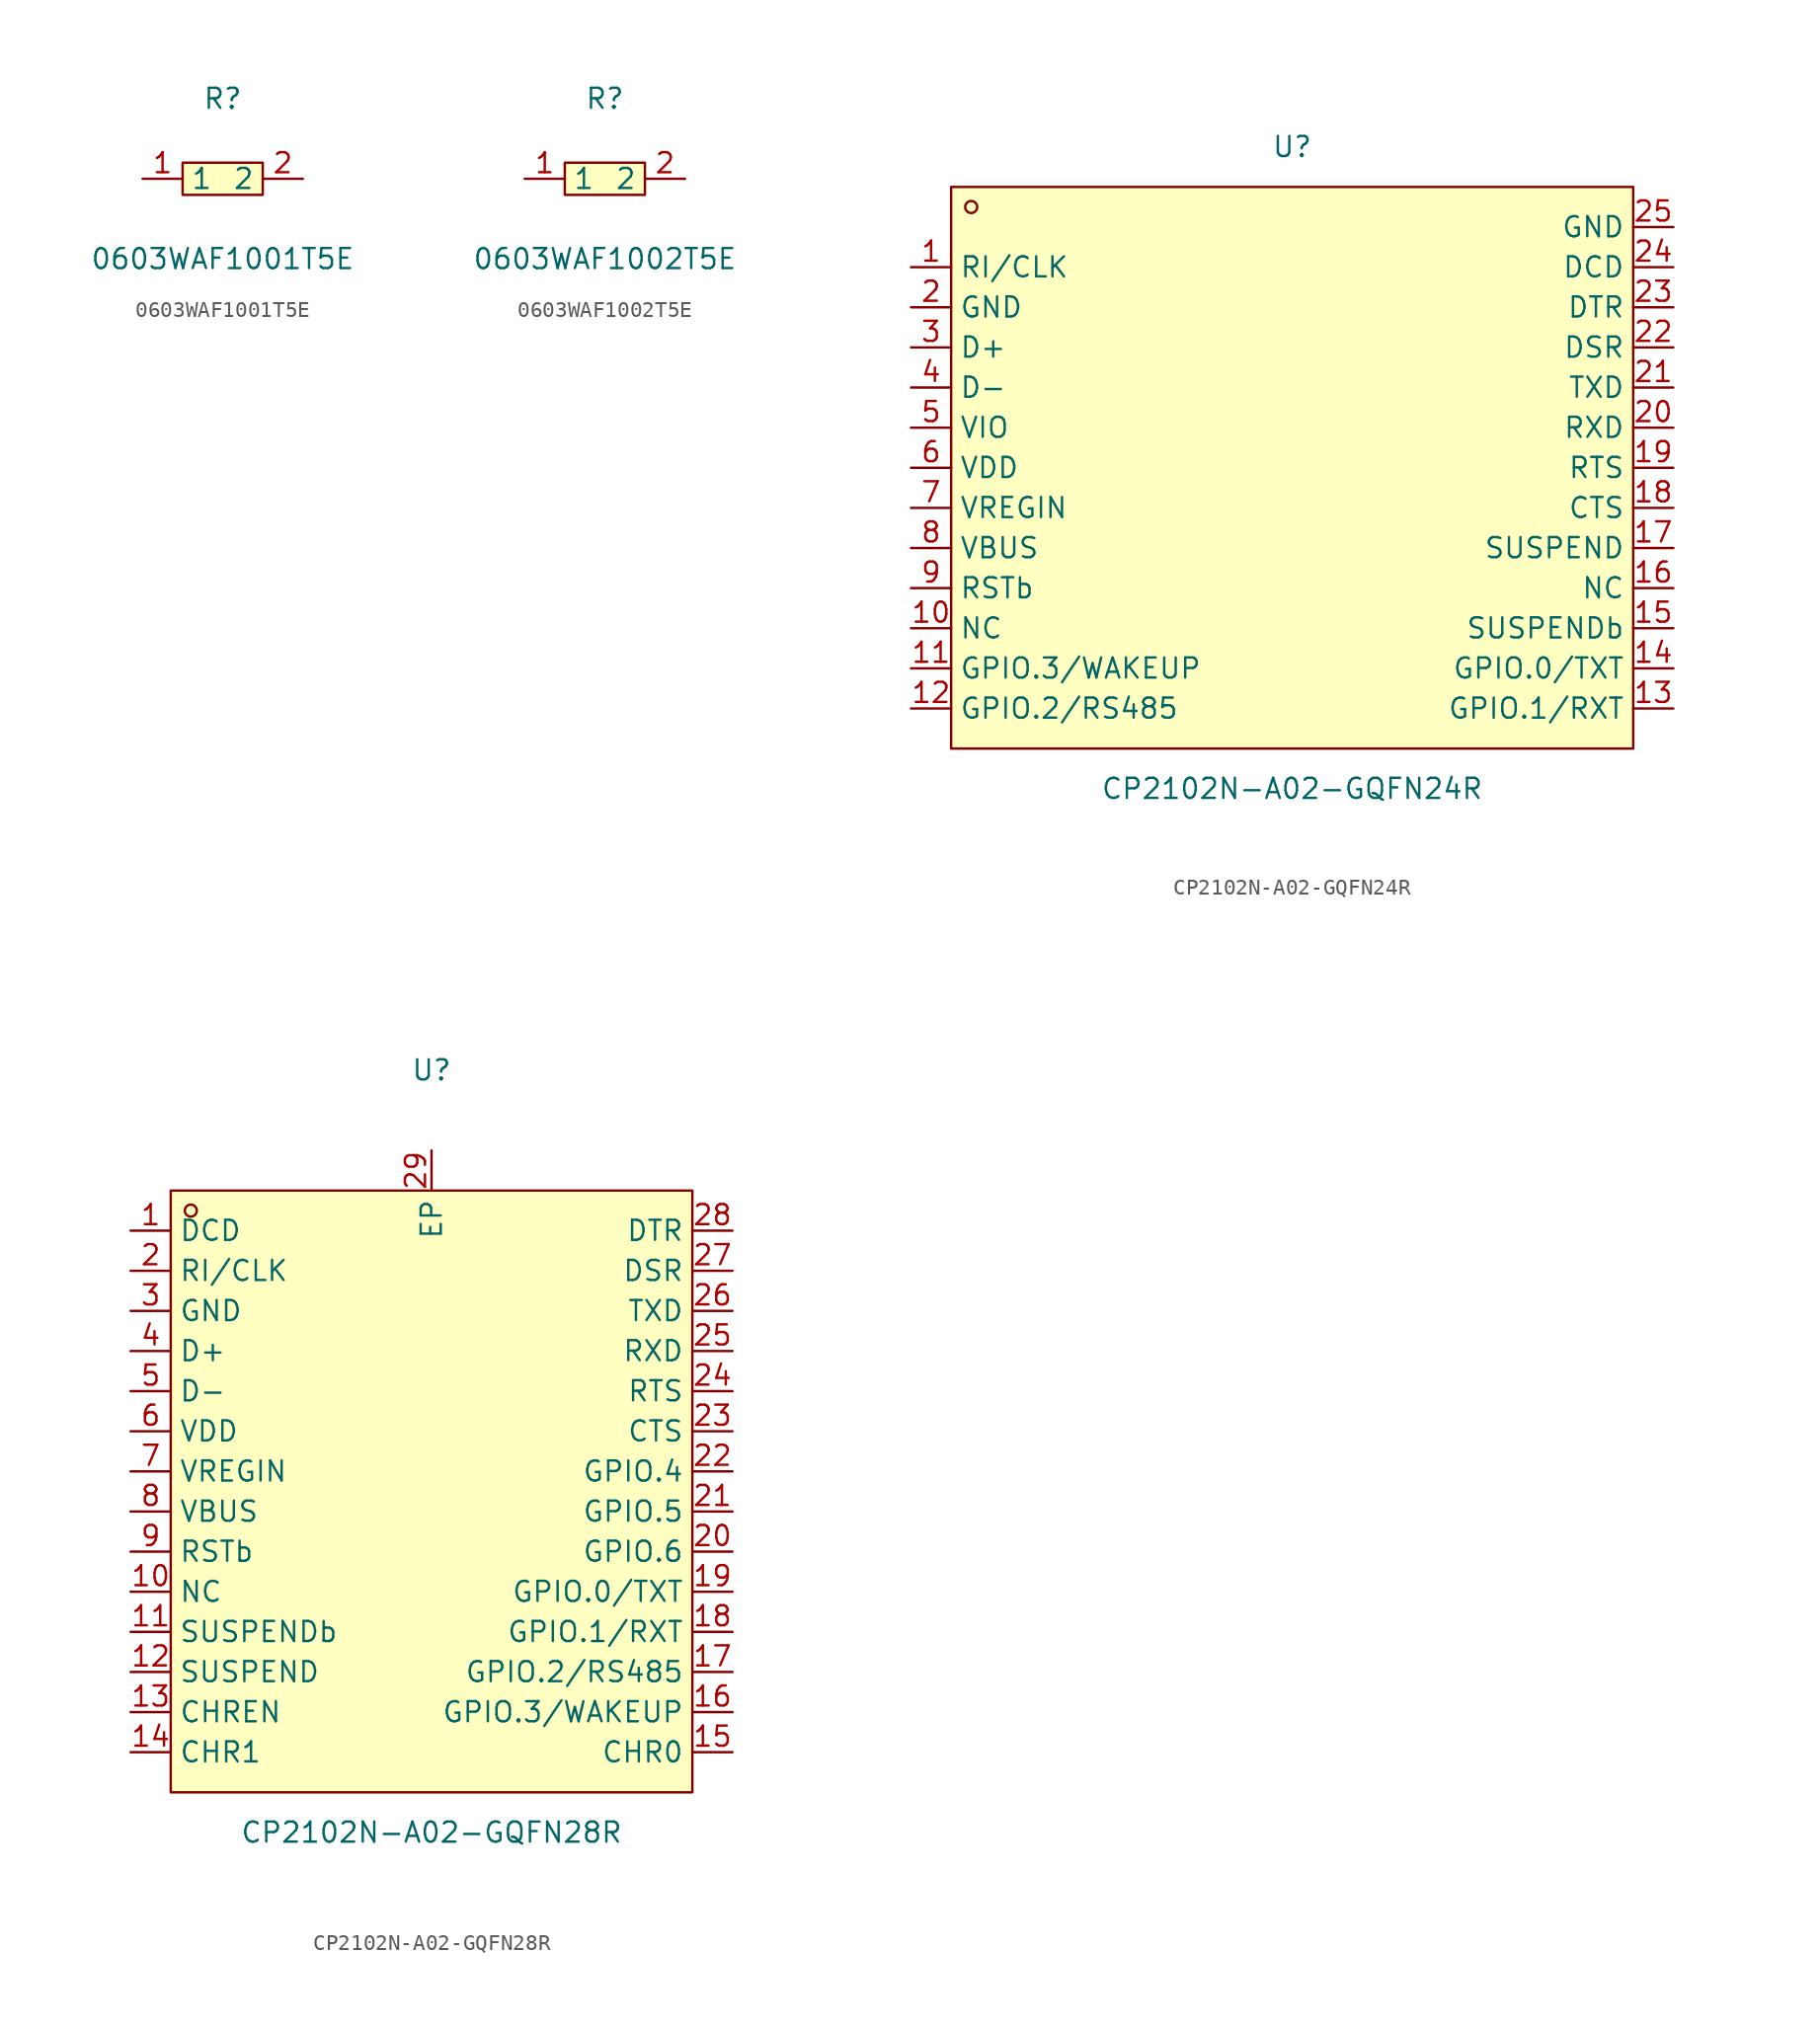
<source format=kicad_sym>
(kicad_symbol_lib
  (version 20231120)
  (generator "kicad_symbol_editor")
  (generator_version "8.0")
  (symbol "0603WAF1001T5E"
    (property "Reference" "R"
      (at 0 5.08 0)
      (effects (font (size 1.27 1.27))))
    (property "Value" "0603WAF1001T5E"
      (at 0 -5.08 0)
      (effects (font (size 1.27 1.27))))
    (symbol "0603WAF1001T5E_0_1"
      (rectangle (start -2.54 1.02) (end 2.54 -1.02) (stroke (width 0) (type default)) (fill (type background)))
      (pin input line (at -5.08 0 0) (length 2.54) (name "1" (effects (font (size 1.27 1.27)))) (number "1" (effects (font (size 1.27 1.27)))))
      (pin input line (at 5.08 0 180) (length 2.54) (name "2" (effects (font (size 1.27 1.27)))) (number "2" (effects (font (size 1.27 1.27)))))))
  (symbol "0603WAF1002T5E"
    (property "Reference" "R"
      (at 0 5.08 0)
      (effects (font (size 1.27 1.27))))
    (property "Value" "0603WAF1002T5E"
      (at 0 -5.08 0)
      (effects (font (size 1.27 1.27))))
    (symbol "0603WAF1002T5E_0_1"
      (rectangle (start -2.54 1.02) (end 2.54 -1.02) (stroke (width 0) (type default)) (fill (type background)))
      (pin input line (at -5.08 0 0) (length 2.54) (name "1" (effects (font (size 1.27 1.27)))) (number "1" (effects (font (size 1.27 1.27)))))
      (pin input line (at 5.08 0 180) (length 2.54) (name "2" (effects (font (size 1.27 1.27)))) (number "2" (effects (font (size 1.27 1.27)))))))
  (symbol "CP2102N-A02-GQFN24R"
    (property "Reference" "U"
      (at 0 20.32 0)
      (effects (font (size 1.27 1.27))))
    (property "Value" "CP2102N-A02-GQFN24R"
      (at 0 -20.32 0)
      (effects (font (size 1.27 1.27))))
    (symbol "CP2102N-A02-GQFN24R_0_1"
      (rectangle (start -21.59 17.78) (end 21.59 -17.78) (stroke (width 0) (type default)) (fill (type background)))
      (circle (center -20.32 16.51) (radius 0.38) (stroke (width 0) (type default)) (fill (type none)))
      (pin unspecified line (at -24.13 12.7 0) (length 2.54) (name "RI/CLK" (effects (font (size 1.27 1.27)))) (number "1" (effects (font (size 1.27 1.27)))))
      (pin unspecified line (at -24.13 -10.16 0) (length 2.54) (name "NC" (effects (font (size 1.27 1.27)))) (number "10" (effects (font (size 1.27 1.27)))))
      (pin unspecified line (at -24.13 -12.7 0) (length 2.54) (name "GPIO.3/WAKEUP" (effects (font (size 1.27 1.27)))) (number "11" (effects (font (size 1.27 1.27)))))
      (pin unspecified line (at -24.13 -15.24 0) (length 2.54) (name "GPIO.2/RS485" (effects (font (size 1.27 1.27)))) (number "12" (effects (font (size 1.27 1.27)))))
      (pin unspecified line (at 24.13 -15.24 180) (length 2.54) (name "GPIO.1/RXT" (effects (font (size 1.27 1.27)))) (number "13" (effects (font (size 1.27 1.27)))))
      (pin unspecified line (at 24.13 -12.7 180) (length 2.54) (name "GPIO.0/TXT" (effects (font (size 1.27 1.27)))) (number "14" (effects (font (size 1.27 1.27)))))
      (pin unspecified line (at 24.13 -10.16 180) (length 2.54) (name "SUSPENDb" (effects (font (size 1.27 1.27)))) (number "15" (effects (font (size 1.27 1.27)))))
      (pin unspecified line (at 24.13 -7.62 180) (length 2.54) (name "NC" (effects (font (size 1.27 1.27)))) (number "16" (effects (font (size 1.27 1.27)))))
      (pin unspecified line (at 24.13 -5.08 180) (length 2.54) (name "SUSPEND" (effects (font (size 1.27 1.27)))) (number "17" (effects (font (size 1.27 1.27)))))
      (pin unspecified line (at 24.13 -2.54 180) (length 2.54) (name "CTS" (effects (font (size 1.27 1.27)))) (number "18" (effects (font (size 1.27 1.27)))))
      (pin unspecified line (at 24.13 0 180) (length 2.54) (name "RTS" (effects (font (size 1.27 1.27)))) (number "19" (effects (font (size 1.27 1.27)))))
      (pin unspecified line (at -24.13 10.16 0) (length 2.54) (name "GND" (effects (font (size 1.27 1.27)))) (number "2" (effects (font (size 1.27 1.27)))))
      (pin unspecified line (at 24.13 2.54 180) (length 2.54) (name "RXD" (effects (font (size 1.27 1.27)))) (number "20" (effects (font (size 1.27 1.27)))))
      (pin unspecified line (at 24.13 5.08 180) (length 2.54) (name "TXD" (effects (font (size 1.27 1.27)))) (number "21" (effects (font (size 1.27 1.27)))))
      (pin unspecified line (at 24.13 7.62 180) (length 2.54) (name "DSR" (effects (font (size 1.27 1.27)))) (number "22" (effects (font (size 1.27 1.27)))))
      (pin unspecified line (at 24.13 10.16 180) (length 2.54) (name "DTR" (effects (font (size 1.27 1.27)))) (number "23" (effects (font (size 1.27 1.27)))))
      (pin unspecified line (at 24.13 12.7 180) (length 2.54) (name "DCD" (effects (font (size 1.27 1.27)))) (number "24" (effects (font (size 1.27 1.27)))))
      (pin unspecified line (at 24.13 15.24 180) (length 2.54) (name "GND" (effects (font (size 1.27 1.27)))) (number "25" (effects (font (size 1.27 1.27)))))
      (pin unspecified line (at -24.13 7.62 0) (length 2.54) (name "D+" (effects (font (size 1.27 1.27)))) (number "3" (effects (font (size 1.27 1.27)))))
      (pin unspecified line (at -24.13 5.08 0) (length 2.54) (name "D-" (effects (font (size 1.27 1.27)))) (number "4" (effects (font (size 1.27 1.27)))))
      (pin unspecified line (at -24.13 2.54 0) (length 2.54) (name "VIO" (effects (font (size 1.27 1.27)))) (number "5" (effects (font (size 1.27 1.27)))))
      (pin unspecified line (at -24.13 0 0) (length 2.54) (name "VDD" (effects (font (size 1.27 1.27)))) (number "6" (effects (font (size 1.27 1.27)))))
      (pin unspecified line (at -24.13 -2.54 0) (length 2.54) (name "VREGIN" (effects (font (size 1.27 1.27)))) (number "7" (effects (font (size 1.27 1.27)))))
      (pin unspecified line (at -24.13 -5.08 0) (length 2.54) (name "VBUS" (effects (font (size 1.27 1.27)))) (number "8" (effects (font (size 1.27 1.27)))))
      (pin unspecified line (at -24.13 -7.62 0) (length 2.54) (name "RSTb" (effects (font (size 1.27 1.27)))) (number "9" (effects (font (size 1.27 1.27)))))))
  (symbol "CP2102N-A02-GQFN28R"
    (property "Reference" "U"
      (at 0 26.67 0)
      (effects (font (size 1.27 1.27))))
    (property "Value" "CP2102N-A02-GQFN28R"
      (at 0 -21.59 0)
      (effects (font (size 1.27 1.27))))
    (symbol "CP2102N-A02-GQFN28R_0_1"
      (rectangle (start -16.51 19.05) (end 16.51 -19.05) (stroke (width 0) (type default)) (fill (type background)))
      (circle (center -15.24 17.78) (radius 0.38) (stroke (width 0) (type default)) (fill (type none)))
      (pin unspecified line (at -19.05 16.51 0) (length 2.54) (name "DCD" (effects (font (size 1.27 1.27)))) (number "1" (effects (font (size 1.27 1.27)))))
      (pin unspecified line (at -19.05 -6.35 0) (length 2.54) (name "NC" (effects (font (size 1.27 1.27)))) (number "10" (effects (font (size 1.27 1.27)))))
      (pin unspecified line (at -19.05 -8.89 0) (length 2.54) (name "SUSPENDb" (effects (font (size 1.27 1.27)))) (number "11" (effects (font (size 1.27 1.27)))))
      (pin unspecified line (at -19.05 -11.43 0) (length 2.54) (name "SUSPEND" (effects (font (size 1.27 1.27)))) (number "12" (effects (font (size 1.27 1.27)))))
      (pin unspecified line (at -19.05 -13.97 0) (length 2.54) (name "CHREN" (effects (font (size 1.27 1.27)))) (number "13" (effects (font (size 1.27 1.27)))))
      (pin unspecified line (at -19.05 -16.51 0) (length 2.54) (name "CHR1" (effects (font (size 1.27 1.27)))) (number "14" (effects (font (size 1.27 1.27)))))
      (pin unspecified line (at 19.05 -16.51 180) (length 2.54) (name "CHR0" (effects (font (size 1.27 1.27)))) (number "15" (effects (font (size 1.27 1.27)))))
      (pin unspecified line (at 19.05 -13.97 180) (length 2.54) (name "GPIO.3/WAKEUP" (effects (font (size 1.27 1.27)))) (number "16" (effects (font (size 1.27 1.27)))))
      (pin unspecified line (at 19.05 -11.43 180) (length 2.54) (name "GPIO.2/RS485" (effects (font (size 1.27 1.27)))) (number "17" (effects (font (size 1.27 1.27)))))
      (pin unspecified line (at 19.05 -8.89 180) (length 2.54) (name "GPIO.1/RXT" (effects (font (size 1.27 1.27)))) (number "18" (effects (font (size 1.27 1.27)))))
      (pin unspecified line (at 19.05 -6.35 180) (length 2.54) (name "GPIO.0/TXT" (effects (font (size 1.27 1.27)))) (number "19" (effects (font (size 1.27 1.27)))))
      (pin unspecified line (at -19.05 13.97 0) (length 2.54) (name "RI/CLK" (effects (font (size 1.27 1.27)))) (number "2" (effects (font (size 1.27 1.27)))))
      (pin unspecified line (at 19.05 -3.81 180) (length 2.54) (name "GPIO.6" (effects (font (size 1.27 1.27)))) (number "20" (effects (font (size 1.27 1.27)))))
      (pin unspecified line (at 19.05 -1.27 180) (length 2.54) (name "GPIO.5" (effects (font (size 1.27 1.27)))) (number "21" (effects (font (size 1.27 1.27)))))
      (pin unspecified line (at 19.05 1.27 180) (length 2.54) (name "GPIO.4" (effects (font (size 1.27 1.27)))) (number "22" (effects (font (size 1.27 1.27)))))
      (pin unspecified line (at 19.05 3.81 180) (length 2.54) (name "CTS" (effects (font (size 1.27 1.27)))) (number "23" (effects (font (size 1.27 1.27)))))
      (pin unspecified line (at 19.05 6.35 180) (length 2.54) (name "RTS" (effects (font (size 1.27 1.27)))) (number "24" (effects (font (size 1.27 1.27)))))
      (pin unspecified line (at 19.05 8.89 180) (length 2.54) (name "RXD" (effects (font (size 1.27 1.27)))) (number "25" (effects (font (size 1.27 1.27)))))
      (pin unspecified line (at 19.05 11.43 180) (length 2.54) (name "TXD" (effects (font (size 1.27 1.27)))) (number "26" (effects (font (size 1.27 1.27)))))
      (pin unspecified line (at 19.05 13.97 180) (length 2.54) (name "DSR" (effects (font (size 1.27 1.27)))) (number "27" (effects (font (size 1.27 1.27)))))
      (pin unspecified line (at 19.05 16.51 180) (length 2.54) (name "DTR" (effects (font (size 1.27 1.27)))) (number "28" (effects (font (size 1.27 1.27)))))
      (pin unspecified line (at 0 21.59 270) (length 2.54) (name "EP" (effects (font (size 1.27 1.27)))) (number "29" (effects (font (size 1.27 1.27)))))
      (pin unspecified line (at -19.05 11.43 0) (length 2.54) (name "GND" (effects (font (size 1.27 1.27)))) (number "3" (effects (font (size 1.27 1.27)))))
      (pin unspecified line (at -19.05 8.89 0) (length 2.54) (name "D+" (effects (font (size 1.27 1.27)))) (number "4" (effects (font (size 1.27 1.27)))))
      (pin unspecified line (at -19.05 6.35 0) (length 2.54) (name "D-" (effects (font (size 1.27 1.27)))) (number "5" (effects (font (size 1.27 1.27)))))
      (pin unspecified line (at -19.05 3.81 0) (length 2.54) (name "VDD" (effects (font (size 1.27 1.27)))) (number "6" (effects (font (size 1.27 1.27)))))
      (pin unspecified line (at -19.05 1.27 0) (length 2.54) (name "VREGIN" (effects (font (size 1.27 1.27)))) (number "7" (effects (font (size 1.27 1.27)))))
      (pin unspecified line (at -19.05 -1.27 0) (length 2.54) (name "VBUS" (effects (font (size 1.27 1.27)))) (number "8" (effects (font (size 1.27 1.27)))))
      (pin unspecified line (at -19.05 -3.81 0) (length 2.54) (name "RSTb" (effects (font (size 1.27 1.27)))) (number "9" (effects (font (size 1.27 1.27))))))))
</source>
